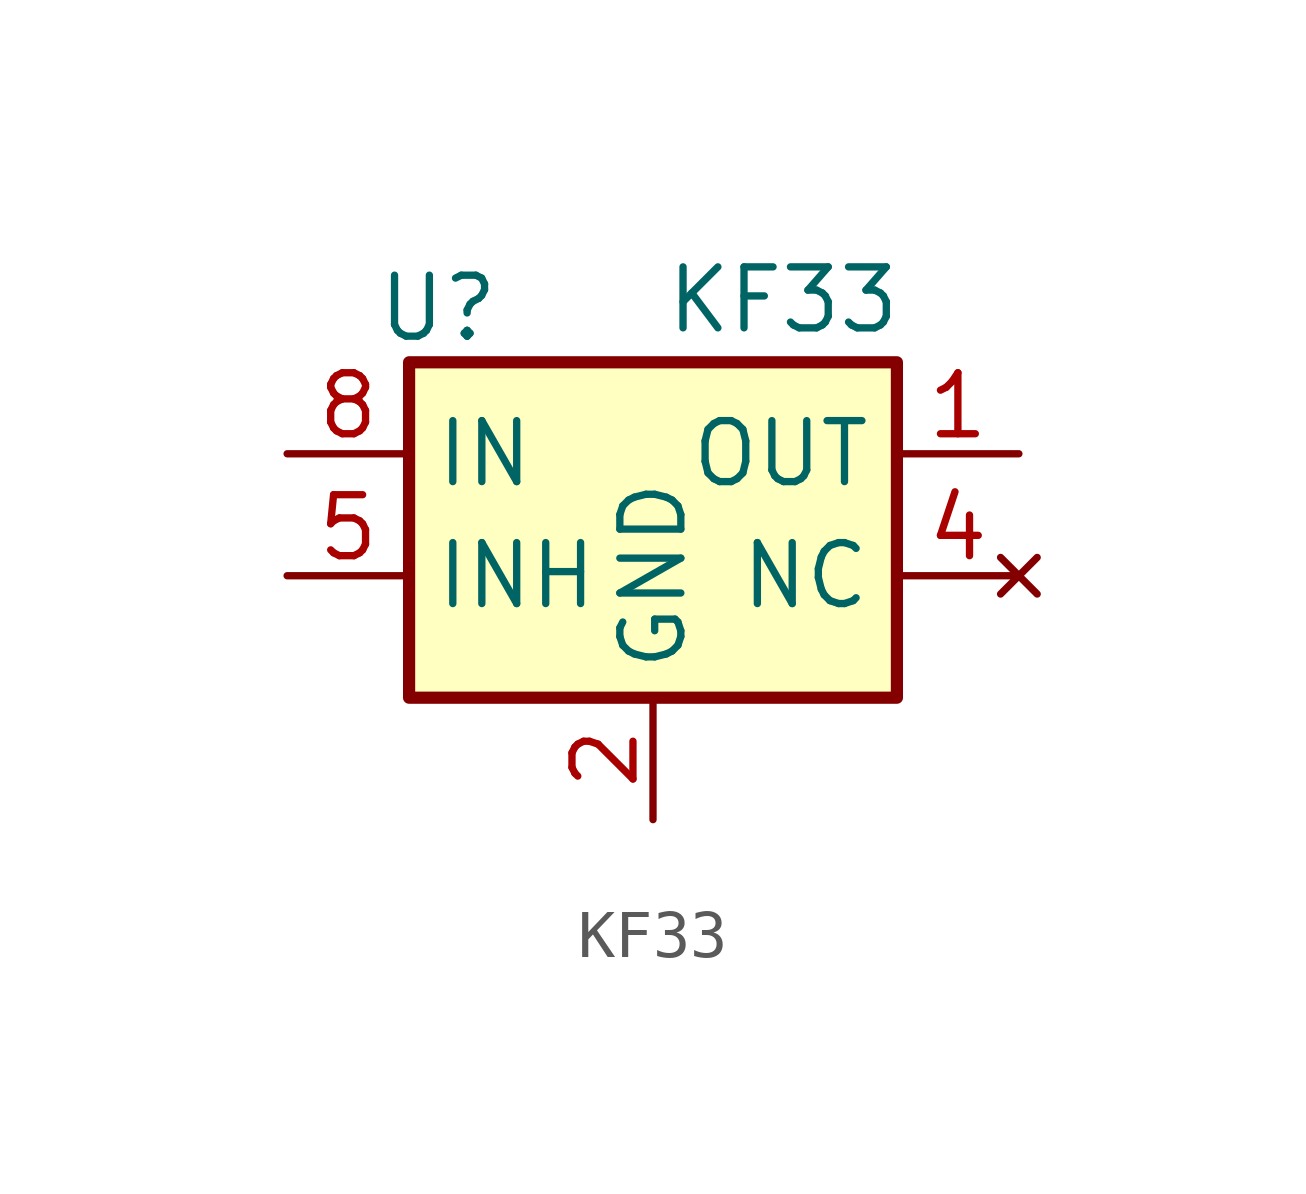
<source format=kicad_sym>
(kicad_symbol_lib
  (version 20211014)
  (generator kicad_symbol_editor)
  (symbol "KF33"
    (property "Reference" "U"
      (at -4.476 3.029 0)
      (effects (font (size 1.27 1.27))))
    (property "Value" "KF33"
      (at 2.712 3.202 0)
      (effects (font (size 1.27 1.27))))
    (symbol "KF33_0_0"
      (pin no_connect line (at 7.62 -2.54 180) (length 2.54) (name "NC" (effects (font (size 1.27 1.27)))) (number "4" (effects (font (size 1.27 1.27))))))
    (symbol "KF33_0_1"
      (rectangle (start -5.08 1.905) (end 5.08 -5.08) (stroke (width 0.254) (type default) (color 0 0 0 0)) (fill (type background))))
    (symbol "KF33_1_1"
      (pin power_out line (at 7.62 0 180) (length 2.54) (name "OUT" (effects (font (size 1.27 1.27)))) (number "1" (effects (font (size 1.27 1.27)))))
      (pin power_in line (at 0 -7.62 90) (length 2.54) (name "GND" (effects (font (size 1.27 1.27)))) (number "2" (effects (font (size 1.27 1.27)))))
      (pin power_in line (at 0 -7.62 90) (length 2.54) hide (name "GND" (effects (font (size 1.27 1.27)))) (number "3" (effects (font (size 1.27 1.27)))))
      (pin input line (at -7.62 -2.54 0) (length 2.54) (name "INH" (effects (font (size 1.27 1.27)))) (number "5" (effects (font (size 1.27 1.27)))))
      (pin power_in line (at 0 -7.62 90) (length 2.54) hide (name "GND" (effects (font (size 1.27 1.27)))) (number "6" (effects (font (size 1.27 1.27)))))
      (pin power_in line (at 0 -7.62 90) (length 2.54) hide (name "GND" (effects (font (size 1.27 1.27)))) (number "7" (effects (font (size 1.27 1.27)))))
      (pin power_in line (at -7.62 0 0) (length 2.54) (name "IN" (effects (font (size 1.27 1.27)))) (number "8" (effects (font (size 1.27 1.27)))))
      (pin power_in line (at 0 -7.62 90) (length 2.54) hide (name "GND" (effects (font (size 1.27 1.27)))) (number "9" (effects (font (size 1.27 1.27))))))))
</source>
